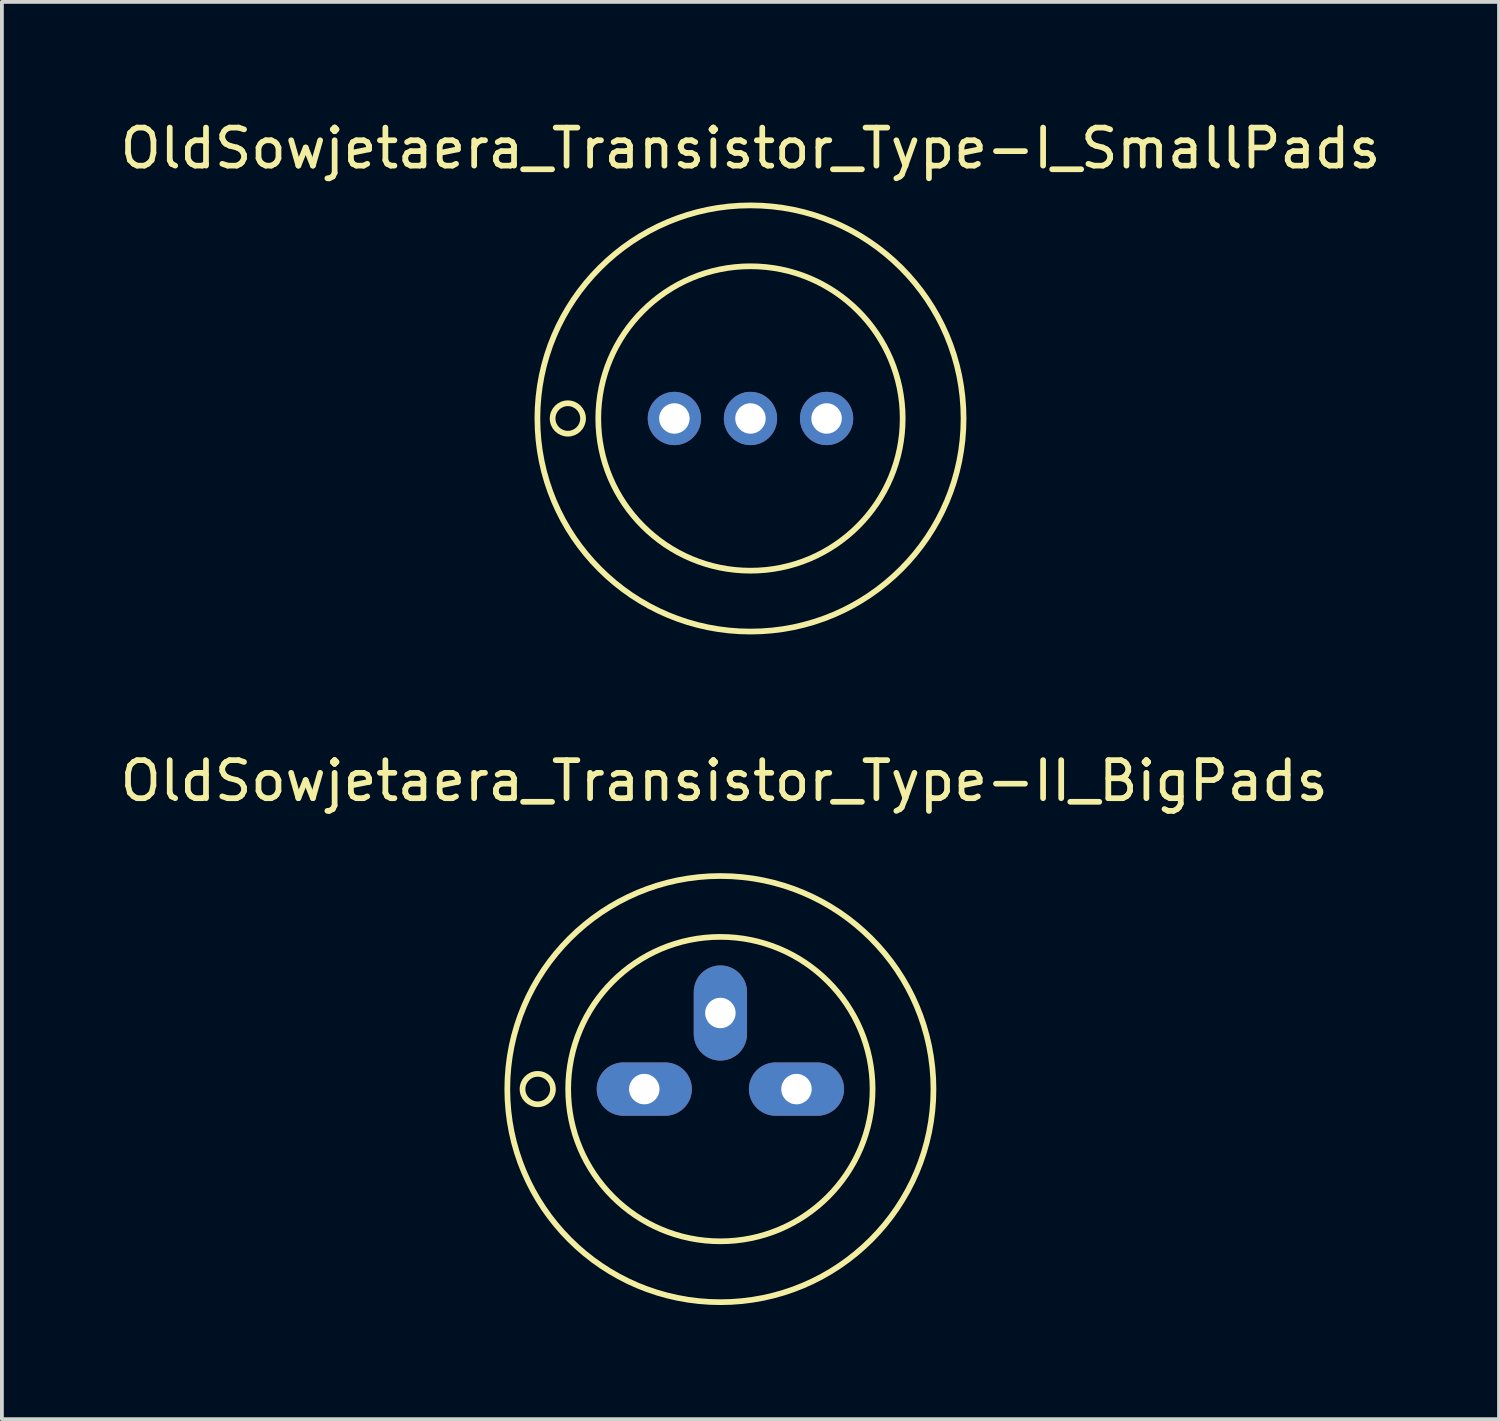
<source format=kicad_pcb>
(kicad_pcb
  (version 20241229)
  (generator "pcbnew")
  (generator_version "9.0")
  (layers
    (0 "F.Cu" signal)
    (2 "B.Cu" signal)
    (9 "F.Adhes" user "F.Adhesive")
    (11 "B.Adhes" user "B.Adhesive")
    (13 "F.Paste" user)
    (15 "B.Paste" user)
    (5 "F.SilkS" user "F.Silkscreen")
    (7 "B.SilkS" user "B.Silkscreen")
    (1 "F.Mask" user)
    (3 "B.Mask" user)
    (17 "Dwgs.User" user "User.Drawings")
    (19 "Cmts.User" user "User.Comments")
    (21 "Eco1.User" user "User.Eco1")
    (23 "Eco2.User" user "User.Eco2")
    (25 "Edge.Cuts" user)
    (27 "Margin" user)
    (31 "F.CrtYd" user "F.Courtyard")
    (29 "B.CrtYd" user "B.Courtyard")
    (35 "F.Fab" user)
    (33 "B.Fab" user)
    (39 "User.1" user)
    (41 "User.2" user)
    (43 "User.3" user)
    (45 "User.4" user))
  (footprint "OldSowjetaera_Transistor_Type-II_BigPads"
    (layer "F.Cu")
    (at 15.882 25.572)
    (property "Reference" "OldSowjetaera_Transistor_Type-II_BigPads" (at 0.1 -8.1 0) (layer "F.SilkS") (effects (font (size 1 1) (thickness 0.15))))
    (attr through_hole)
    (fp_circle (center -4.8 0) (end -4.8 0.4) (stroke (width 0.15) (type solid)) (fill no) (layer "F.SilkS"))
    (fp_circle (center 0 0) (end 4 0) (stroke (width 0.15) (type solid)) (fill no) (layer "F.SilkS"))
    (fp_circle (center 0 0) (end 5.6 0) (stroke (width 0.15) (type solid)) (fill no) (layer "F.SilkS"))
    (pad "1" thru_hole oval (at -2 0 90) (size 1.4 2.5) (drill 0.8) (layers "*.Cu" "*.Mask"))
    (pad "2" thru_hole oval (at 0 -2) (size 1.4 2.5) (drill 0.8) (layers "*.Cu" "*.Mask"))
    (pad "3" thru_hole oval (at 2 0 90) (size 1.4 2.5) (drill 0.8) (layers "*.Cu" "*.Mask")))
  (footprint "OldSowjetaera_Transistor_Type-I_SmallPads"
    (layer "F.Cu")
    (at 16.673 7.948)
    (property "Reference" "OldSowjetaera_Transistor_Type-I_SmallPads" (at 0 -7.1 0) (layer "F.SilkS") (effects (font (size 1 1) (thickness 0.15))))
    (attr through_hole)
    (fp_circle (center -4.8 0) (end -4.8 0.4) (stroke (width 0.15) (type solid)) (fill no) (layer "F.SilkS"))
    (fp_circle (center 0 0) (end 4 0) (stroke (width 0.15) (type solid)) (fill no) (layer "F.SilkS"))
    (fp_circle (center 0 0) (end 5.6 0) (stroke (width 0.15) (type solid)) (fill no) (layer "F.SilkS"))
    (pad "1" thru_hole circle (at -2 0) (size 1.4 1.4) (drill 0.8) (layers "*.Cu" "*.Mask"))
    (pad "2" thru_hole circle (at 0 0) (size 1.4 1.4) (drill 0.8) (layers "*.Cu" "*.Mask"))
    (pad "3" thru_hole circle (at 2 0) (size 1.4 1.4) (drill 0.8) (layers "*.Cu" "*.Mask")))
  (gr_rect
    (start -3 -3)
    (end 36.345 34.246)
    (stroke (width 0.1) (type default))
    (fill no)
    (layer "Edge.Cuts")))
</source>
